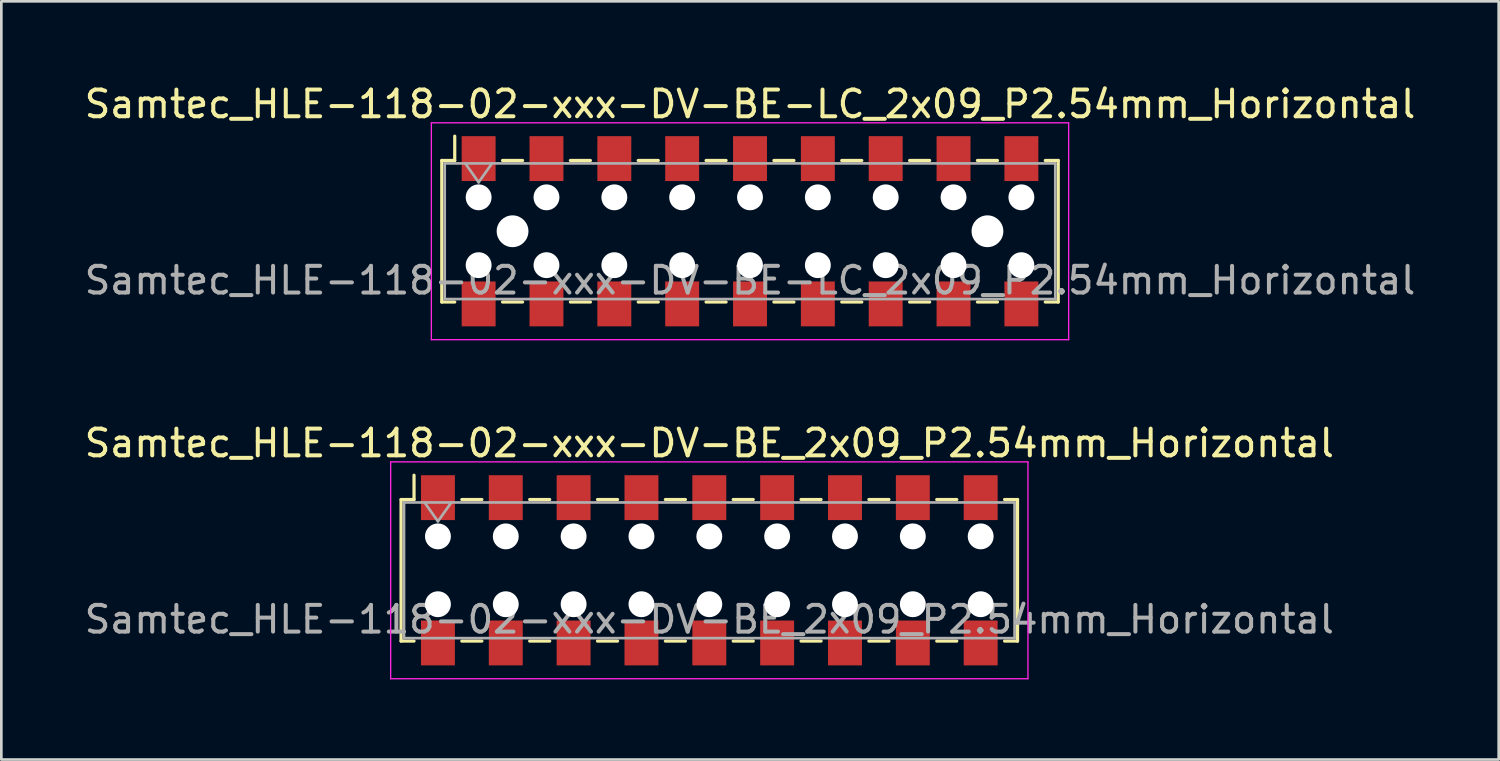
<source format=kicad_pcb>
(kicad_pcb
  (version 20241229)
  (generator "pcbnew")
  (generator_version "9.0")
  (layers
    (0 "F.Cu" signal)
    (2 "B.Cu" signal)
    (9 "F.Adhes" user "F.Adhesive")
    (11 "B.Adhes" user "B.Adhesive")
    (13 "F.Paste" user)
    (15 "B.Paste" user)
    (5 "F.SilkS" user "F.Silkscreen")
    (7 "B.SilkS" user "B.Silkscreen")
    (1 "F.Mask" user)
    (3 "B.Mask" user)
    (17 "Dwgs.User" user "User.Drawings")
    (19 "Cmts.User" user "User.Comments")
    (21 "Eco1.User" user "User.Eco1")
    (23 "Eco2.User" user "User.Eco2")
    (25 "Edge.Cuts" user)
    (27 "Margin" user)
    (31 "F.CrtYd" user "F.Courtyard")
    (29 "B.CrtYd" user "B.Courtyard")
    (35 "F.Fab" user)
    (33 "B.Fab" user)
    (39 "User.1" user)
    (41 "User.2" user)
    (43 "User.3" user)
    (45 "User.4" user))
  (footprint "Samtec_HLE-118-02-xxx-DV-BE_2x09_P2.54mm_Horizontal"
    (layer "F.Cu")
    (at 23.506 18.302)
    (property "Reference" "Samtec_HLE-118-02-xxx-DV-BE_2x09_P2.54mm_Horizontal" (at 0 -4.76 0) (layer "F.SilkS") (effects (font (size 1 1) (thickness 0.15))))
    (attr smd)
    (fp_line (start -11.54 -2.65) (end -11.54 2.65) (stroke (width 0.12) (type solid)) (layer "F.SilkS"))
    (fp_line (start -11.54 2.65) (end -11.055 2.65) (stroke (width 0.12) (type solid)) (layer "F.SilkS"))
    (fp_line (start -11.055 -3.56) (end -11.055 -2.65) (stroke (width 0.12) (type solid)) (layer "F.SilkS"))
    (fp_line (start -11.055 -2.65) (end -11.54 -2.65) (stroke (width 0.12) (type solid)) (layer "F.SilkS"))
    (fp_line (start -9.265 -2.65) (end -8.515 -2.65) (stroke (width 0.12) (type solid)) (layer "F.SilkS"))
    (fp_line (start -9.265 2.65) (end -8.515 2.65) (stroke (width 0.12) (type solid)) (layer "F.SilkS"))
    (fp_line (start -6.725 -2.65) (end -5.975 -2.65) (stroke (width 0.12) (type solid)) (layer "F.SilkS"))
    (fp_line (start -6.725 2.65) (end -5.975 2.65) (stroke (width 0.12) (type solid)) (layer "F.SilkS"))
    (fp_line (start -4.185 -2.65) (end -3.435 -2.65) (stroke (width 0.12) (type solid)) (layer "F.SilkS"))
    (fp_line (start -4.185 2.65) (end -3.435 2.65) (stroke (width 0.12) (type solid)) (layer "F.SilkS"))
    (fp_line (start -1.645 -2.65) (end -0.895 -2.65) (stroke (width 0.12) (type solid)) (layer "F.SilkS"))
    (fp_line (start -1.645 2.65) (end -0.895 2.65) (stroke (width 0.12) (type solid)) (layer "F.SilkS"))
    (fp_line (start 0.895 -2.65) (end 1.645 -2.65) (stroke (width 0.12) (type solid)) (layer "F.SilkS"))
    (fp_line (start 0.895 2.65) (end 1.645 2.65) (stroke (width 0.12) (type solid)) (layer "F.SilkS"))
    (fp_line (start 3.435 -2.65) (end 4.185 -2.65) (stroke (width 0.12) (type solid)) (layer "F.SilkS"))
    (fp_line (start 3.435 2.65) (end 4.185 2.65) (stroke (width 0.12) (type solid)) (layer "F.SilkS"))
    (fp_line (start 5.975 -2.65) (end 6.725 -2.65) (stroke (width 0.12) (type solid)) (layer "F.SilkS"))
    (fp_line (start 5.975 2.65) (end 6.725 2.65) (stroke (width 0.12) (type solid)) (layer "F.SilkS"))
    (fp_line (start 8.515 -2.65) (end 9.265 -2.65) (stroke (width 0.12) (type solid)) (layer "F.SilkS"))
    (fp_line (start 8.515 2.65) (end 9.265 2.65) (stroke (width 0.12) (type solid)) (layer "F.SilkS"))
    (fp_line (start 11.055 -2.65) (end 11.54 -2.65) (stroke (width 0.12) (type solid)) (layer "F.SilkS"))
    (fp_line (start 11.54 -2.65) (end 11.54 2.65) (stroke (width 0.12) (type solid)) (layer "F.SilkS"))
    (fp_line (start 11.54 2.65) (end 11.055 2.65) (stroke (width 0.12) (type solid)) (layer "F.SilkS"))
    (fp_line (start -11.93 -4.06) (end 11.93 -4.06) (stroke (width 0.05) (type solid)) (layer "F.CrtYd"))
    (fp_line (start -11.93 4.06) (end -11.93 -4.06) (stroke (width 0.05) (type solid)) (layer "F.CrtYd"))
    (fp_line (start 11.93 -4.06) (end 11.93 4.06) (stroke (width 0.05) (type solid)) (layer "F.CrtYd"))
    (fp_line (start 11.93 4.06) (end -11.93 4.06) (stroke (width 0.05) (type solid)) (layer "F.CrtYd"))
    (fp_line (start -11.43 -2.54) (end 11.43 -2.54) (stroke (width 0.1) (type solid)) (layer "F.Fab"))
    (fp_line (start -11.43 2.54) (end -11.43 -2.54) (stroke (width 0.1) (type solid)) (layer "F.Fab"))
    (fp_line (start -10.66 -2.54) (end -10.16 -1.833) (stroke (width 0.1) (type solid)) (layer "F.Fab"))
    (fp_line (start -10.16 -1.833) (end -9.66 -2.54) (stroke (width 0.1) (type solid)) (layer "F.Fab"))
    (fp_line (start 11.43 -2.54) (end 11.43 2.54) (stroke (width 0.1) (type solid)) (layer "F.Fab"))
    (fp_line (start 11.43 2.54) (end -11.43 2.54) (stroke (width 0.1) (type solid)) (layer "F.Fab"))
    (fp_text user "${REFERENCE}" (at 0 1.84 0) (layer "F.Fab") (effects (font (size 1 1) (thickness 0.15))))
    (pad "" np_thru_hole circle (at -10.16 -1.27) (size 0.97 0.97) (drill 0.97) (layers "*.Cu" "*.Mask"))
    (pad "" np_thru_hole circle (at -10.16 1.27) (size 0.97 0.97) (drill 0.97) (layers "*.Cu" "*.Mask"))
    (pad "" np_thru_hole circle (at -7.62 -1.27) (size 0.97 0.97) (drill 0.97) (layers "*.Cu" "*.Mask"))
    (pad "" np_thru_hole circle (at -7.62 1.27) (size 0.97 0.97) (drill 0.97) (layers "*.Cu" "*.Mask"))
    (pad "" np_thru_hole circle (at -5.08 -1.27) (size 0.97 0.97) (drill 0.97) (layers "*.Cu" "*.Mask"))
    (pad "" np_thru_hole circle (at -5.08 1.27) (size 0.97 0.97) (drill 0.97) (layers "*.Cu" "*.Mask"))
    (pad "" np_thru_hole circle (at -2.54 -1.27) (size 0.97 0.97) (drill 0.97) (layers "*.Cu" "*.Mask"))
    (pad "" np_thru_hole circle (at -2.54 1.27) (size 0.97 0.97) (drill 0.97) (layers "*.Cu" "*.Mask"))
    (pad "" np_thru_hole circle (at 0 -1.27) (size 0.97 0.97) (drill 0.97) (layers "*.Cu" "*.Mask"))
    (pad "" np_thru_hole circle (at 0 1.27) (size 0.97 0.97) (drill 0.97) (layers "*.Cu" "*.Mask"))
    (pad "" np_thru_hole circle (at 2.54 -1.27) (size 0.97 0.97) (drill 0.97) (layers "*.Cu" "*.Mask"))
    (pad "" np_thru_hole circle (at 2.54 1.27) (size 0.97 0.97) (drill 0.97) (layers "*.Cu" "*.Mask"))
    (pad "" np_thru_hole circle (at 5.08 -1.27) (size 0.97 0.97) (drill 0.97) (layers "*.Cu" "*.Mask"))
    (pad "" np_thru_hole circle (at 5.08 1.27) (size 0.97 0.97) (drill 0.97) (layers "*.Cu" "*.Mask"))
    (pad "" np_thru_hole circle (at 7.62 -1.27) (size 0.97 0.97) (drill 0.97) (layers "*.Cu" "*.Mask"))
    (pad "" np_thru_hole circle (at 7.62 1.27) (size 0.97 0.97) (drill 0.97) (layers "*.Cu" "*.Mask"))
    (pad "" np_thru_hole circle (at 10.16 -1.27) (size 0.97 0.97) (drill 0.97) (layers "*.Cu" "*.Mask"))
    (pad "" np_thru_hole circle (at 10.16 1.27) (size 0.97 0.97) (drill 0.97) (layers "*.Cu" "*.Mask"))
    (pad "1" smd rect (at -10.16 -2.72) (size 1.27 1.68) (layers "F.Cu" "F.Mask" "F.Paste"))
    (pad "2" smd rect (at -10.16 2.72) (size 1.27 1.68) (layers "F.Cu" "F.Mask" "F.Paste"))
    (pad "3" smd rect (at -7.62 -2.72) (size 1.27 1.68) (layers "F.Cu" "F.Mask" "F.Paste"))
    (pad "4" smd rect (at -7.62 2.72) (size 1.27 1.68) (layers "F.Cu" "F.Mask" "F.Paste"))
    (pad "5" smd rect (at -5.08 -2.72) (size 1.27 1.68) (layers "F.Cu" "F.Mask" "F.Paste"))
    (pad "6" smd rect (at -5.08 2.72) (size 1.27 1.68) (layers "F.Cu" "F.Mask" "F.Paste"))
    (pad "7" smd rect (at -2.54 -2.72) (size 1.27 1.68) (layers "F.Cu" "F.Mask" "F.Paste"))
    (pad "8" smd rect (at -2.54 2.72) (size 1.27 1.68) (layers "F.Cu" "F.Mask" "F.Paste"))
    (pad "9" smd rect (at 0 -2.72) (size 1.27 1.68) (layers "F.Cu" "F.Mask" "F.Paste"))
    (pad "10" smd rect (at 0 2.72) (size 1.27 1.68) (layers "F.Cu" "F.Mask" "F.Paste"))
    (pad "11" smd rect (at 2.54 -2.72) (size 1.27 1.68) (layers "F.Cu" "F.Mask" "F.Paste"))
    (pad "12" smd rect (at 2.54 2.72) (size 1.27 1.68) (layers "F.Cu" "F.Mask" "F.Paste"))
    (pad "13" smd rect (at 5.08 -2.72) (size 1.27 1.68) (layers "F.Cu" "F.Mask" "F.Paste"))
    (pad "14" smd rect (at 5.08 2.72) (size 1.27 1.68) (layers "F.Cu" "F.Mask" "F.Paste"))
    (pad "15" smd rect (at 7.62 -2.72) (size 1.27 1.68) (layers "F.Cu" "F.Mask" "F.Paste"))
    (pad "16" smd rect (at 7.62 2.72) (size 1.27 1.68) (layers "F.Cu" "F.Mask" "F.Paste"))
    (pad "17" smd rect (at 10.16 -2.72) (size 1.27 1.68) (layers "F.Cu" "F.Mask" "F.Paste"))
    (pad "18" smd rect (at 10.16 2.72) (size 1.27 1.68) (layers "F.Cu" "F.Mask" "F.Paste")))
  (footprint "Samtec_HLE-118-02-xxx-DV-BE-LC_2x09_P2.54mm_Horizontal"
    (layer "F.Cu")
    (at 25.03 5.608)
    (property "Reference" "Samtec_HLE-118-02-xxx-DV-BE-LC_2x09_P2.54mm_Horizontal" (at 0 -4.76 0) (layer "F.SilkS") (effects (font (size 1 1) (thickness 0.15))))
    (attr smd)
    (fp_line (start -11.54 -2.65) (end -11.54 2.65) (stroke (width 0.12) (type solid)) (layer "F.SilkS"))
    (fp_line (start -11.54 2.65) (end -11.055 2.65) (stroke (width 0.12) (type solid)) (layer "F.SilkS"))
    (fp_line (start -11.055 -3.56) (end -11.055 -2.65) (stroke (width 0.12) (type solid)) (layer "F.SilkS"))
    (fp_line (start -11.055 -2.65) (end -11.54 -2.65) (stroke (width 0.12) (type solid)) (layer "F.SilkS"))
    (fp_line (start -9.265 -2.65) (end -8.515 -2.65) (stroke (width 0.12) (type solid)) (layer "F.SilkS"))
    (fp_line (start -9.265 2.65) (end -8.515 2.65) (stroke (width 0.12) (type solid)) (layer "F.SilkS"))
    (fp_line (start -6.725 -2.65) (end -5.975 -2.65) (stroke (width 0.12) (type solid)) (layer "F.SilkS"))
    (fp_line (start -6.725 2.65) (end -5.975 2.65) (stroke (width 0.12) (type solid)) (layer "F.SilkS"))
    (fp_line (start -4.185 -2.65) (end -3.435 -2.65) (stroke (width 0.12) (type solid)) (layer "F.SilkS"))
    (fp_line (start -4.185 2.65) (end -3.435 2.65) (stroke (width 0.12) (type solid)) (layer "F.SilkS"))
    (fp_line (start -1.645 -2.65) (end -0.895 -2.65) (stroke (width 0.12) (type solid)) (layer "F.SilkS"))
    (fp_line (start -1.645 2.65) (end -0.895 2.65) (stroke (width 0.12) (type solid)) (layer "F.SilkS"))
    (fp_line (start 0.895 -2.65) (end 1.645 -2.65) (stroke (width 0.12) (type solid)) (layer "F.SilkS"))
    (fp_line (start 0.895 2.65) (end 1.645 2.65) (stroke (width 0.12) (type solid)) (layer "F.SilkS"))
    (fp_line (start 3.435 -2.65) (end 4.185 -2.65) (stroke (width 0.12) (type solid)) (layer "F.SilkS"))
    (fp_line (start 3.435 2.65) (end 4.185 2.65) (stroke (width 0.12) (type solid)) (layer "F.SilkS"))
    (fp_line (start 5.975 -2.65) (end 6.725 -2.65) (stroke (width 0.12) (type solid)) (layer "F.SilkS"))
    (fp_line (start 5.975 2.65) (end 6.725 2.65) (stroke (width 0.12) (type solid)) (layer "F.SilkS"))
    (fp_line (start 8.515 -2.65) (end 9.265 -2.65) (stroke (width 0.12) (type solid)) (layer "F.SilkS"))
    (fp_line (start 8.515 2.65) (end 9.265 2.65) (stroke (width 0.12) (type solid)) (layer "F.SilkS"))
    (fp_line (start 11.055 -2.65) (end 11.54 -2.65) (stroke (width 0.12) (type solid)) (layer "F.SilkS"))
    (fp_line (start 11.54 -2.65) (end 11.54 2.65) (stroke (width 0.12) (type solid)) (layer "F.SilkS"))
    (fp_line (start 11.54 2.65) (end 11.055 2.65) (stroke (width 0.12) (type solid)) (layer "F.SilkS"))
    (fp_line (start -11.93 -4.06) (end 11.93 -4.06) (stroke (width 0.05) (type solid)) (layer "F.CrtYd"))
    (fp_line (start -11.93 4.06) (end -11.93 -4.06) (stroke (width 0.05) (type solid)) (layer "F.CrtYd"))
    (fp_line (start 11.93 -4.06) (end 11.93 4.06) (stroke (width 0.05) (type solid)) (layer "F.CrtYd"))
    (fp_line (start 11.93 4.06) (end -11.93 4.06) (stroke (width 0.05) (type solid)) (layer "F.CrtYd"))
    (fp_line (start -11.43 -2.54) (end 11.43 -2.54) (stroke (width 0.1) (type solid)) (layer "F.Fab"))
    (fp_line (start -11.43 2.54) (end -11.43 -2.54) (stroke (width 0.1) (type solid)) (layer "F.Fab"))
    (fp_line (start -10.66 -2.54) (end -10.16 -1.833) (stroke (width 0.1) (type solid)) (layer "F.Fab"))
    (fp_line (start -10.16 -1.833) (end -9.66 -2.54) (stroke (width 0.1) (type solid)) (layer "F.Fab"))
    (fp_line (start 11.43 -2.54) (end 11.43 2.54) (stroke (width 0.1) (type solid)) (layer "F.Fab"))
    (fp_line (start 11.43 2.54) (end -11.43 2.54) (stroke (width 0.1) (type solid)) (layer "F.Fab"))
    (fp_text user "${REFERENCE}" (at 0 1.84 0) (layer "F.Fab") (effects (font (size 1 1) (thickness 0.15))))
    (pad "" np_thru_hole circle (at -10.16 -1.27) (size 0.97 0.97) (drill 0.97) (layers "*.Cu" "*.Mask"))
    (pad "" np_thru_hole circle (at -10.16 1.27) (size 0.97 0.97) (drill 0.97) (layers "*.Cu" "*.Mask"))
    (pad "" np_thru_hole circle (at -8.89 0) (size 1.19 1.19) (drill 1.19) (layers "*.Cu" "*.Mask"))
    (pad "" np_thru_hole circle (at -7.62 -1.27) (size 0.97 0.97) (drill 0.97) (layers "*.Cu" "*.Mask"))
    (pad "" np_thru_hole circle (at -7.62 1.27) (size 0.97 0.97) (drill 0.97) (layers "*.Cu" "*.Mask"))
    (pad "" np_thru_hole circle (at -5.08 -1.27) (size 0.97 0.97) (drill 0.97) (layers "*.Cu" "*.Mask"))
    (pad "" np_thru_hole circle (at -5.08 1.27) (size 0.97 0.97) (drill 0.97) (layers "*.Cu" "*.Mask"))
    (pad "" np_thru_hole circle (at -2.54 -1.27) (size 0.97 0.97) (drill 0.97) (layers "*.Cu" "*.Mask"))
    (pad "" np_thru_hole circle (at -2.54 1.27) (size 0.97 0.97) (drill 0.97) (layers "*.Cu" "*.Mask"))
    (pad "" np_thru_hole circle (at 0 -1.27) (size 0.97 0.97) (drill 0.97) (layers "*.Cu" "*.Mask"))
    (pad "" np_thru_hole circle (at 0 1.27) (size 0.97 0.97) (drill 0.97) (layers "*.Cu" "*.Mask"))
    (pad "" np_thru_hole circle (at 2.54 -1.27) (size 0.97 0.97) (drill 0.97) (layers "*.Cu" "*.Mask"))
    (pad "" np_thru_hole circle (at 2.54 1.27) (size 0.97 0.97) (drill 0.97) (layers "*.Cu" "*.Mask"))
    (pad "" np_thru_hole circle (at 5.08 -1.27) (size 0.97 0.97) (drill 0.97) (layers "*.Cu" "*.Mask"))
    (pad "" np_thru_hole circle (at 5.08 1.27) (size 0.97 0.97) (drill 0.97) (layers "*.Cu" "*.Mask"))
    (pad "" np_thru_hole circle (at 7.62 -1.27) (size 0.97 0.97) (drill 0.97) (layers "*.Cu" "*.Mask"))
    (pad "" np_thru_hole circle (at 7.62 1.27) (size 0.97 0.97) (drill 0.97) (layers "*.Cu" "*.Mask"))
    (pad "" np_thru_hole circle (at 8.89 0) (size 1.19 1.19) (drill 1.19) (layers "*.Cu" "*.Mask"))
    (pad "" np_thru_hole circle (at 10.16 -1.27) (size 0.97 0.97) (drill 0.97) (layers "*.Cu" "*.Mask"))
    (pad "" np_thru_hole circle (at 10.16 1.27) (size 0.97 0.97) (drill 0.97) (layers "*.Cu" "*.Mask"))
    (pad "1" smd rect (at -10.16 -2.72) (size 1.27 1.68) (layers "F.Cu" "F.Mask" "F.Paste"))
    (pad "2" smd rect (at -10.16 2.72) (size 1.27 1.68) (layers "F.Cu" "F.Mask" "F.Paste"))
    (pad "3" smd rect (at -7.62 -2.72) (size 1.27 1.68) (layers "F.Cu" "F.Mask" "F.Paste"))
    (pad "4" smd rect (at -7.62 2.72) (size 1.27 1.68) (layers "F.Cu" "F.Mask" "F.Paste"))
    (pad "5" smd rect (at -5.08 -2.72) (size 1.27 1.68) (layers "F.Cu" "F.Mask" "F.Paste"))
    (pad "6" smd rect (at -5.08 2.72) (size 1.27 1.68) (layers "F.Cu" "F.Mask" "F.Paste"))
    (pad "7" smd rect (at -2.54 -2.72) (size 1.27 1.68) (layers "F.Cu" "F.Mask" "F.Paste"))
    (pad "8" smd rect (at -2.54 2.72) (size 1.27 1.68) (layers "F.Cu" "F.Mask" "F.Paste"))
    (pad "9" smd rect (at 0 -2.72) (size 1.27 1.68) (layers "F.Cu" "F.Mask" "F.Paste"))
    (pad "10" smd rect (at 0 2.72) (size 1.27 1.68) (layers "F.Cu" "F.Mask" "F.Paste"))
    (pad "11" smd rect (at 2.54 -2.72) (size 1.27 1.68) (layers "F.Cu" "F.Mask" "F.Paste"))
    (pad "12" smd rect (at 2.54 2.72) (size 1.27 1.68) (layers "F.Cu" "F.Mask" "F.Paste"))
    (pad "13" smd rect (at 5.08 -2.72) (size 1.27 1.68) (layers "F.Cu" "F.Mask" "F.Paste"))
    (pad "14" smd rect (at 5.08 2.72) (size 1.27 1.68) (layers "F.Cu" "F.Mask" "F.Paste"))
    (pad "15" smd rect (at 7.62 -2.72) (size 1.27 1.68) (layers "F.Cu" "F.Mask" "F.Paste"))
    (pad "16" smd rect (at 7.62 2.72) (size 1.27 1.68) (layers "F.Cu" "F.Mask" "F.Paste"))
    (pad "17" smd rect (at 10.16 -2.72) (size 1.27 1.68) (layers "F.Cu" "F.Mask" "F.Paste"))
    (pad "18" smd rect (at 10.16 2.72) (size 1.27 1.68) (layers "F.Cu" "F.Mask" "F.Paste")))
  (gr_rect
    (start -3 -3)
    (end 53.06 25.387)
    (stroke (width 0.1) (type default))
    (fill no)
    (layer "Edge.Cuts")))
</source>
